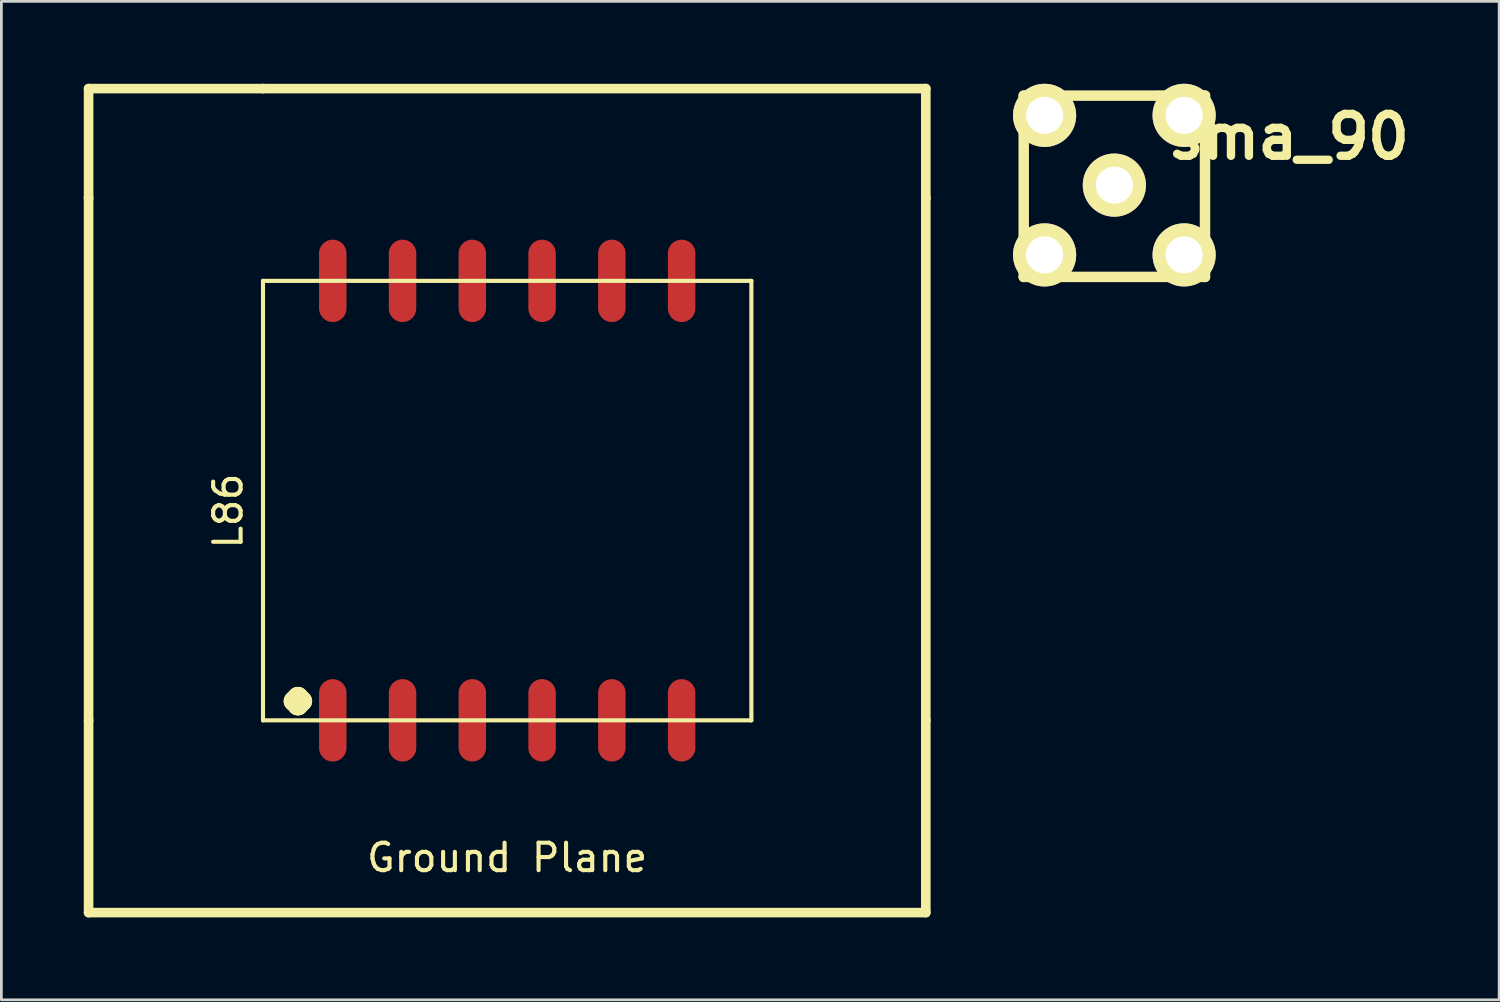
<source format=kicad_pcb>
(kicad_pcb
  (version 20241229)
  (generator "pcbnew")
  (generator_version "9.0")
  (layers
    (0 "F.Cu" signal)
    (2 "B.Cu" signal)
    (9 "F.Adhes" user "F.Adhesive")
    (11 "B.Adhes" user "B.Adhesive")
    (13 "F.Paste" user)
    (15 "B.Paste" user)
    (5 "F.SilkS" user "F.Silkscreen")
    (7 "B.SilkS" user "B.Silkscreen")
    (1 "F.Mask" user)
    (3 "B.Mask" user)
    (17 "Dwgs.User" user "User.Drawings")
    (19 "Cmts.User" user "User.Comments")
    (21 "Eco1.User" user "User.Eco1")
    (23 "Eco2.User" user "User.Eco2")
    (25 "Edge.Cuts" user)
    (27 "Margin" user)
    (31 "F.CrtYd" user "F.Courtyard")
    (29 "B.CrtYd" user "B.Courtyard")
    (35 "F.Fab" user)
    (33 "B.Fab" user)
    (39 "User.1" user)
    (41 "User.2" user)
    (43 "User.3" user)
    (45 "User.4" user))
  (footprint "sma_90"
    (layer "F.Cu")
    (at 37.52 7.932)
    (property "Reference" "sma_90" (at 6.35 -6 0) (layer "F.SilkS") (effects (font (size 1.524 1.524) (thickness 0.305))))
    (attr through_hole)
    (fp_line (start -3.3 -7.5) (end 3.3 -7.502) (stroke (width 0.381) (type solid)) (layer "F.SilkS"))
    (fp_line (start -3.3 -0.9) (end -3.3 -7.5) (stroke (width 0.381) (type solid)) (layer "F.SilkS"))
    (fp_line (start 3.3 -7.5) (end 3.3 -0.9) (stroke (width 0.381) (type solid)) (layer "F.SilkS"))
    (fp_line (start 3.3 -0.9) (end -3.3 -0.9) (stroke (width 0.381) (type solid)) (layer "F.SilkS"))
    (pad "1" thru_hole circle (at 0 -4.242) (size 2.3 2.3) (drill 1.35) (layers "*.Cu" "*.Mask" "F.SilkS"))
    (pad "2" thru_hole circle (at -2.54 -6.782) (size 2.3 2.3) (drill 1.35) (layers "*.Cu" "*.Mask" "F.SilkS"))
    (pad "2" thru_hole circle (at -2.54 -1.702) (size 2.3 2.3) (drill 1.35) (layers "*.Cu" "*.Mask" "F.SilkS"))
    (pad "2" thru_hole circle (at 2.54 -6.782) (size 2.3 2.3) (drill 1.35) (layers "*.Cu" "*.Mask" "F.SilkS"))
    (pad "2" thru_hole circle (at 2.54 -1.702) (size 2.3 2.3) (drill 1.35) (layers "*.Cu" "*.Mask" "F.SilkS")))
  (footprint "L86"
    (layer "F.Cu")
    (at 9.065 23.175)
    (property "Reference" "L86" (at -3.81 -7.62 90) (layer "F.SilkS") (effects (font (size 1 1) (thickness 0.15))))
    (attr through_hole)
    (fp_line (start -8.89 -23) (end -8.89 -19) (stroke (width 0.35) (type solid)) (layer "F.SilkS"))
    (fp_line (start -8.89 0) (end -8.89 -19.05) (stroke (width 0.35) (type solid)) (layer "F.SilkS"))
    (fp_line (start -8.89 0) (end -8.89 7) (stroke (width 0.35) (type solid)) (layer "F.SilkS"))
    (fp_line (start -8.89 7) (end 21.59 7) (stroke (width 0.35) (type solid)) (layer "F.SilkS"))
    (fp_line (start -2.54 -23) (end -8.89 -23) (stroke (width 0.35) (type solid)) (layer "F.SilkS"))
    (fp_line (start -2.54 -23) (end 21.59 -23) (stroke (width 0.35) (type solid)) (layer "F.SilkS"))
    (fp_line (start -2.54 -16) (end 15.24 -16) (stroke (width 0.15) (type solid)) (layer "F.SilkS"))
    (fp_line (start -2.54 0) (end -2.54 -16) (stroke (width 0.15) (type solid)) (layer "F.SilkS"))
    (fp_line (start 15.24 -16) (end 15.24 0) (stroke (width 0.15) (type solid)) (layer "F.SilkS"))
    (fp_line (start 15.24 0) (end -2.54 0) (stroke (width 0.15) (type solid)) (layer "F.SilkS"))
    (fp_line (start 21.59 -23) (end 21.59 -19) (stroke (width 0.35) (type solid)) (layer "F.SilkS"))
    (fp_line (start 21.59 0) (end 21.59 -19.05) (stroke (width 0.35) (type solid)) (layer "F.SilkS"))
    (fp_line (start 21.59 0) (end 21.59 7) (stroke (width 0.35) (type solid)) (layer "F.SilkS"))
    (fp_text user "Ground Plane" (at 6.35 5 0) (layer "F.SilkS") (effects (font (size 1 1) (thickness 0.15))))
    (fp_text user "." (at -1.27 -1.905 0) (layer "F.SilkS") (effects (font (size 3 3) (thickness 0.75))))
    (pad "1" smd oval (at 0 0) (size 1 3) (layers "F.Cu" "F.Mask" "F.Paste"))
    (pad "2" smd oval (at 2.54 0) (size 1 3) (layers "F.Cu" "F.Mask" "F.Paste"))
    (pad "3" smd oval (at 5.08 0) (size 1 3) (layers "F.Cu" "F.Mask" "F.Paste"))
    (pad "4" smd oval (at 7.62 0) (size 1 3) (layers "F.Cu" "F.Mask" "F.Paste"))
    (pad "5" smd oval (at 10.16 0) (size 1 3) (layers "F.Cu" "F.Mask" "F.Paste"))
    (pad "6" smd oval (at 12.7 0) (size 1 3) (layers "F.Cu" "F.Mask" "F.Paste"))
    (pad "7" smd oval (at 12.7 -16) (size 1 3) (layers "F.Cu" "F.Mask" "F.Paste"))
    (pad "8" smd oval (at 10.16 -16) (size 1 3) (layers "F.Cu" "F.Mask" "F.Paste"))
    (pad "9" smd oval (at 7.62 -16) (size 1 3) (layers "F.Cu" "F.Mask" "F.Paste"))
    (pad "10" smd oval (at 5.08 -16) (size 1 3) (layers "F.Cu" "F.Mask" "F.Paste"))
    (pad "11" smd oval (at 2.54 -16) (size 1 3) (layers "F.Cu" "F.Mask" "F.Paste"))
    (pad "12" smd oval (at 0 -16) (size 1 3) (layers "F.Cu" "F.Mask" "F.Paste")))
  (gr_rect
    (start -3 -3)
    (end 51.529 33.35)
    (stroke (width 0.1) (type default))
    (fill no)
    (layer "Edge.Cuts")))
</source>
